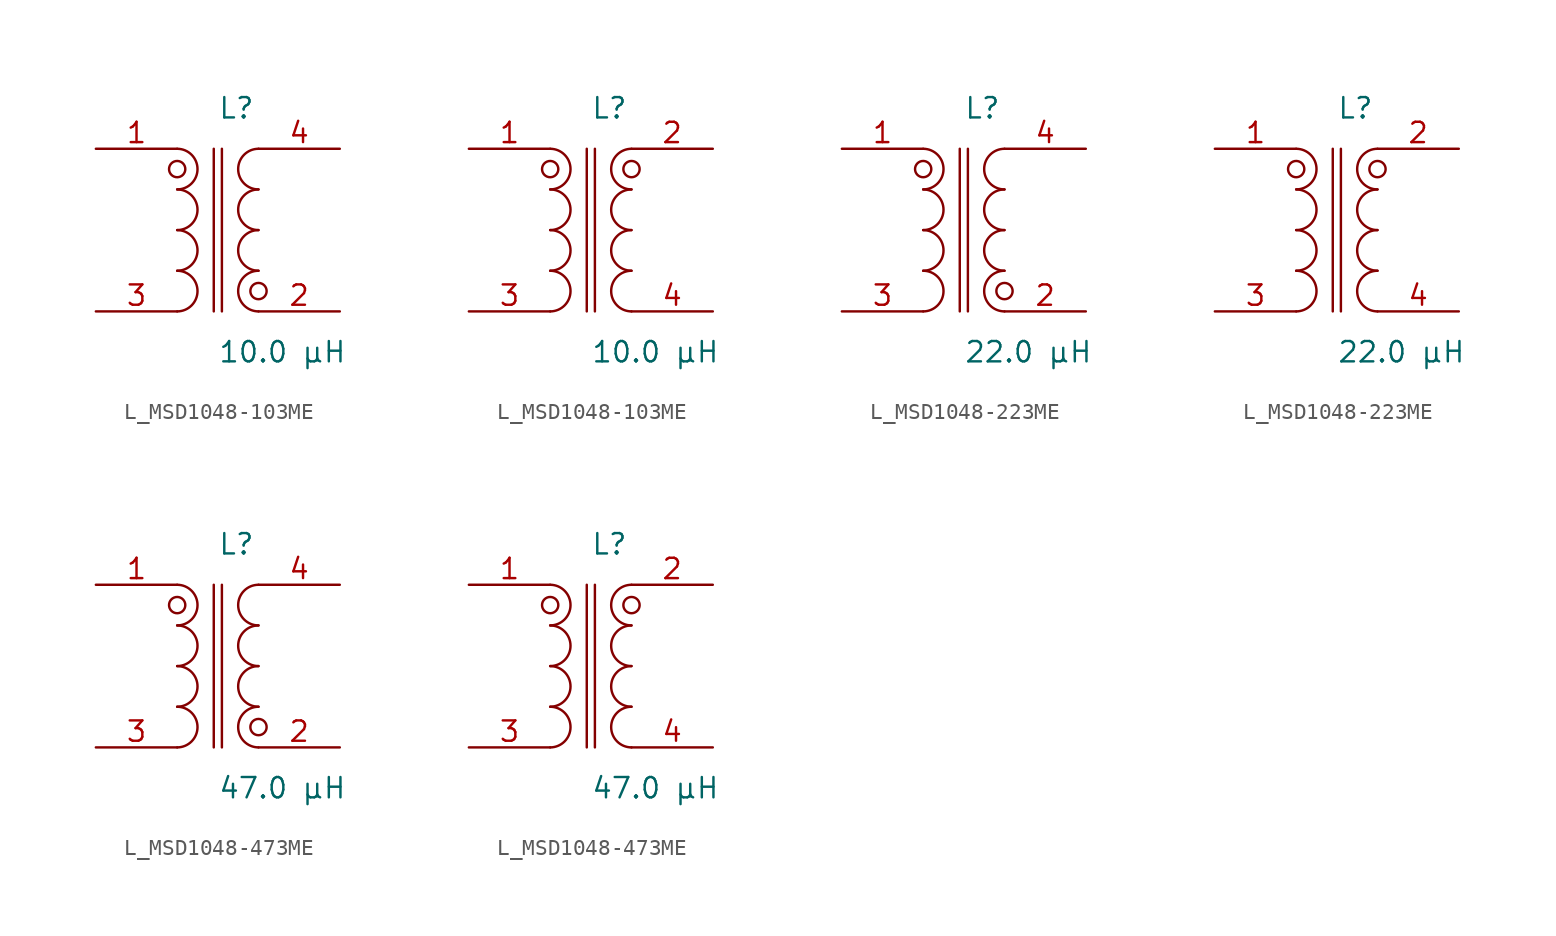
<source format=kicad_sym>
(kicad_symbol_lib
  (version 20231120)
  (generator kicad_symbol_editor)
  (generator_version 8.0)
  (symbol "L_MSD1048-103ME"
    (pin_names
      (offset 0.254))
    (property "Reference" "L"
      (at 0 7.62 0)
      (effects (font (size 1.27 1.27)) (justify left)))
    (property "Value" "10.0 µH"
      (at 0 -7.62 0)
      (effects (font (size 1.27 1.27)) (justify left)))
    (symbol "L_MSD1048-103ME_1_1"
      (arc (start -2.54 -5.08) (mid -1.27 -3.81) (end -2.54 -2.54) (stroke (width 0) (type default)) (fill (type none)))
      (arc (start -2.54 -2.54) (mid -1.27 -1.27) (end -2.54 0.0) (stroke (width 0) (type default)) (fill (type none)))
      (arc (start -2.54 0.0) (mid -1.27 1.27) (end -2.54 2.54) (stroke (width 0) (type default)) (fill (type none)))
      (arc (start -2.54 2.54) (mid -1.27 3.81) (end -2.54 5.08) (stroke (width 0) (type default)) (fill (type none)))
      (arc (start 2.54 -5.08) (mid 1.27 -3.81) (end 2.54 -2.54) (stroke (width 0) (type default)) (fill (type none)))
      (arc (start 2.54 -2.54) (mid 1.27 -1.27) (end 2.54 0.0) (stroke (width 0) (type default)) (fill (type none)))
      (arc (start 2.54 0.0) (mid 1.27 1.27) (end 2.54 2.54) (stroke (width 0) (type default)) (fill (type none)))
      (arc (start 2.54 2.54) (mid 1.27 3.81) (end 2.54 5.08) (stroke (width 0) (type default)) (fill (type none)))
      (circle (center -2.54 3.81) (radius 0.508) (stroke (width 0) (type default)) (fill (type none)))
      (circle (center 2.54 -3.81) (radius 0.508) (stroke (width 0) (type default)) (fill (type none)))
      (polyline (pts (xy -0.254 5.08) (xy -0.254 -5.08)) (stroke (width 0) (type default)) (fill (type none)))
      (polyline (pts (xy 0.254 5.08) (xy 0.254 -5.08)) (stroke (width 0) (type default)) (fill (type none)))
      (pin passive line (at -7.62 5.08 0) (length 5.08) (name "" (effects (font (size 1.27 1.27)))) (number "1" (effects (font (size 1.27 1.27)))))
      (pin passive line (at -7.62 -5.08 0) (length 5.08) (name "" (effects (font (size 1.27 1.27)))) (number "3" (effects (font (size 1.27 1.27)))))
      (pin passive line (at 7.62 5.08 180) (length 5.08) (name "" (effects (font (size 1.27 1.27)))) (number "4" (effects (font (size 1.27 1.27)))))
      (pin passive line (at 7.62 -5.08 180) (length 5.08) (name "" (effects (font (size 1.27 1.27)))) (number "2" (effects (font (size 1.27 1.27))))))
    (symbol "L_MSD1048-103ME_1_2"
      (arc (start -2.54 -5.08) (mid -1.27 -3.81) (end -2.54 -2.54) (stroke (width 0) (type default)) (fill (type none)))
      (arc (start -2.54 -2.54) (mid -1.27 -1.27) (end -2.54 0.0) (stroke (width 0) (type default)) (fill (type none)))
      (arc (start -2.54 0.0) (mid -1.27 1.27) (end -2.54 2.54) (stroke (width 0) (type default)) (fill (type none)))
      (arc (start -2.54 2.54) (mid -1.27 3.81) (end -2.54 5.08) (stroke (width 0) (type default)) (fill (type none)))
      (arc (start 2.54 -5.08) (mid 1.27 -3.81) (end 2.54 -2.54) (stroke (width 0) (type default)) (fill (type none)))
      (arc (start 2.54 -2.54) (mid 1.27 -1.27) (end 2.54 0.0) (stroke (width 0) (type default)) (fill (type none)))
      (arc (start 2.54 0.0) (mid 1.27 1.27) (end 2.54 2.54) (stroke (width 0) (type default)) (fill (type none)))
      (arc (start 2.54 2.54) (mid 1.27 3.81) (end 2.54 5.08) (stroke (width 0) (type default)) (fill (type none)))
      (circle (center -2.54 3.81) (radius 0.508) (stroke (width 0) (type default)) (fill (type none)))
      (circle (center 2.54 3.81) (radius 0.508) (stroke (width 0) (type default)) (fill (type none)))
      (polyline (pts (xy -0.254 5.08) (xy -0.254 -5.08)) (stroke (width 0) (type default)) (fill (type none)))
      (polyline (pts (xy 0.254 5.08) (xy 0.254 -5.08)) (stroke (width 0) (type default)) (fill (type none)))
      (pin passive line (at -7.62 5.08 0) (length 5.08) (name "" (effects (font (size 1.27 1.27)))) (number "1" (effects (font (size 1.27 1.27)))))
      (pin passive line (at -7.62 -5.08 0) (length 5.08) (name "" (effects (font (size 1.27 1.27)))) (number "3" (effects (font (size 1.27 1.27)))))
      (pin passive line (at 7.62 -5.08 180) (length 5.08) (name "" (effects (font (size 1.27 1.27)))) (number "4" (effects (font (size 1.27 1.27)))))
      (pin passive line (at 7.62 5.08 180) (length 5.08) (name "" (effects (font (size 1.27 1.27)))) (number "2" (effects (font (size 1.27 1.27)))))))
  (symbol "L_MSD1048-223ME"
    (pin_names
      (offset 0.254))
    (property "Reference" "L"
      (at 0 7.62 0)
      (effects (font (size 1.27 1.27)) (justify left)))
    (property "Value" "22.0 µH"
      (at 0 -7.62 0)
      (effects (font (size 1.27 1.27)) (justify left)))
    (symbol "L_MSD1048-223ME_1_1"
      (arc (start -2.54 -5.08) (mid -1.27 -3.81) (end -2.54 -2.54) (stroke (width 0) (type default)) (fill (type none)))
      (arc (start -2.54 -2.54) (mid -1.27 -1.27) (end -2.54 0.0) (stroke (width 0) (type default)) (fill (type none)))
      (arc (start -2.54 0.0) (mid -1.27 1.27) (end -2.54 2.54) (stroke (width 0) (type default)) (fill (type none)))
      (arc (start -2.54 2.54) (mid -1.27 3.81) (end -2.54 5.08) (stroke (width 0) (type default)) (fill (type none)))
      (arc (start 2.54 -5.08) (mid 1.27 -3.81) (end 2.54 -2.54) (stroke (width 0) (type default)) (fill (type none)))
      (arc (start 2.54 -2.54) (mid 1.27 -1.27) (end 2.54 0.0) (stroke (width 0) (type default)) (fill (type none)))
      (arc (start 2.54 0.0) (mid 1.27 1.27) (end 2.54 2.54) (stroke (width 0) (type default)) (fill (type none)))
      (arc (start 2.54 2.54) (mid 1.27 3.81) (end 2.54 5.08) (stroke (width 0) (type default)) (fill (type none)))
      (circle (center -2.54 3.81) (radius 0.508) (stroke (width 0) (type default)) (fill (type none)))
      (circle (center 2.54 -3.81) (radius 0.508) (stroke (width 0) (type default)) (fill (type none)))
      (polyline (pts (xy -0.254 5.08) (xy -0.254 -5.08)) (stroke (width 0) (type default)) (fill (type none)))
      (polyline (pts (xy 0.254 5.08) (xy 0.254 -5.08)) (stroke (width 0) (type default)) (fill (type none)))
      (pin passive line (at -7.62 5.08 0) (length 5.08) (name "" (effects (font (size 1.27 1.27)))) (number "1" (effects (font (size 1.27 1.27)))))
      (pin passive line (at -7.62 -5.08 0) (length 5.08) (name "" (effects (font (size 1.27 1.27)))) (number "3" (effects (font (size 1.27 1.27)))))
      (pin passive line (at 7.62 5.08 180) (length 5.08) (name "" (effects (font (size 1.27 1.27)))) (number "4" (effects (font (size 1.27 1.27)))))
      (pin passive line (at 7.62 -5.08 180) (length 5.08) (name "" (effects (font (size 1.27 1.27)))) (number "2" (effects (font (size 1.27 1.27))))))
    (symbol "L_MSD1048-223ME_1_2"
      (arc (start -2.54 -5.08) (mid -1.27 -3.81) (end -2.54 -2.54) (stroke (width 0) (type default)) (fill (type none)))
      (arc (start -2.54 -2.54) (mid -1.27 -1.27) (end -2.54 0.0) (stroke (width 0) (type default)) (fill (type none)))
      (arc (start -2.54 0.0) (mid -1.27 1.27) (end -2.54 2.54) (stroke (width 0) (type default)) (fill (type none)))
      (arc (start -2.54 2.54) (mid -1.27 3.81) (end -2.54 5.08) (stroke (width 0) (type default)) (fill (type none)))
      (arc (start 2.54 -5.08) (mid 1.27 -3.81) (end 2.54 -2.54) (stroke (width 0) (type default)) (fill (type none)))
      (arc (start 2.54 -2.54) (mid 1.27 -1.27) (end 2.54 0.0) (stroke (width 0) (type default)) (fill (type none)))
      (arc (start 2.54 0.0) (mid 1.27 1.27) (end 2.54 2.54) (stroke (width 0) (type default)) (fill (type none)))
      (arc (start 2.54 2.54) (mid 1.27 3.81) (end 2.54 5.08) (stroke (width 0) (type default)) (fill (type none)))
      (circle (center -2.54 3.81) (radius 0.508) (stroke (width 0) (type default)) (fill (type none)))
      (circle (center 2.54 3.81) (radius 0.508) (stroke (width 0) (type default)) (fill (type none)))
      (polyline (pts (xy -0.254 5.08) (xy -0.254 -5.08)) (stroke (width 0) (type default)) (fill (type none)))
      (polyline (pts (xy 0.254 5.08) (xy 0.254 -5.08)) (stroke (width 0) (type default)) (fill (type none)))
      (pin passive line (at -7.62 5.08 0) (length 5.08) (name "" (effects (font (size 1.27 1.27)))) (number "1" (effects (font (size 1.27 1.27)))))
      (pin passive line (at -7.62 -5.08 0) (length 5.08) (name "" (effects (font (size 1.27 1.27)))) (number "3" (effects (font (size 1.27 1.27)))))
      (pin passive line (at 7.62 -5.08 180) (length 5.08) (name "" (effects (font (size 1.27 1.27)))) (number "4" (effects (font (size 1.27 1.27)))))
      (pin passive line (at 7.62 5.08 180) (length 5.08) (name "" (effects (font (size 1.27 1.27)))) (number "2" (effects (font (size 1.27 1.27)))))))
  (symbol "L_MSD1048-473ME"
    (pin_names
      (offset 0.254))
    (property "Reference" "L"
      (at 0 7.62 0)
      (effects (font (size 1.27 1.27)) (justify left)))
    (property "Value" "47.0 µH"
      (at 0 -7.62 0)
      (effects (font (size 1.27 1.27)) (justify left)))
    (symbol "L_MSD1048-473ME_1_1"
      (arc (start -2.54 -5.08) (mid -1.27 -3.81) (end -2.54 -2.54) (stroke (width 0) (type default)) (fill (type none)))
      (arc (start -2.54 -2.54) (mid -1.27 -1.27) (end -2.54 0.0) (stroke (width 0) (type default)) (fill (type none)))
      (arc (start -2.54 0.0) (mid -1.27 1.27) (end -2.54 2.54) (stroke (width 0) (type default)) (fill (type none)))
      (arc (start -2.54 2.54) (mid -1.27 3.81) (end -2.54 5.08) (stroke (width 0) (type default)) (fill (type none)))
      (arc (start 2.54 -5.08) (mid 1.27 -3.81) (end 2.54 -2.54) (stroke (width 0) (type default)) (fill (type none)))
      (arc (start 2.54 -2.54) (mid 1.27 -1.27) (end 2.54 0.0) (stroke (width 0) (type default)) (fill (type none)))
      (arc (start 2.54 0.0) (mid 1.27 1.27) (end 2.54 2.54) (stroke (width 0) (type default)) (fill (type none)))
      (arc (start 2.54 2.54) (mid 1.27 3.81) (end 2.54 5.08) (stroke (width 0) (type default)) (fill (type none)))
      (circle (center -2.54 3.81) (radius 0.508) (stroke (width 0) (type default)) (fill (type none)))
      (circle (center 2.54 -3.81) (radius 0.508) (stroke (width 0) (type default)) (fill (type none)))
      (polyline (pts (xy -0.254 5.08) (xy -0.254 -5.08)) (stroke (width 0) (type default)) (fill (type none)))
      (polyline (pts (xy 0.254 5.08) (xy 0.254 -5.08)) (stroke (width 0) (type default)) (fill (type none)))
      (pin passive line (at -7.62 5.08 0) (length 5.08) (name "" (effects (font (size 1.27 1.27)))) (number "1" (effects (font (size 1.27 1.27)))))
      (pin passive line (at -7.62 -5.08 0) (length 5.08) (name "" (effects (font (size 1.27 1.27)))) (number "3" (effects (font (size 1.27 1.27)))))
      (pin passive line (at 7.62 5.08 180) (length 5.08) (name "" (effects (font (size 1.27 1.27)))) (number "4" (effects (font (size 1.27 1.27)))))
      (pin passive line (at 7.62 -5.08 180) (length 5.08) (name "" (effects (font (size 1.27 1.27)))) (number "2" (effects (font (size 1.27 1.27))))))
    (symbol "L_MSD1048-473ME_1_2"
      (arc (start -2.54 -5.08) (mid -1.27 -3.81) (end -2.54 -2.54) (stroke (width 0) (type default)) (fill (type none)))
      (arc (start -2.54 -2.54) (mid -1.27 -1.27) (end -2.54 0.0) (stroke (width 0) (type default)) (fill (type none)))
      (arc (start -2.54 0.0) (mid -1.27 1.27) (end -2.54 2.54) (stroke (width 0) (type default)) (fill (type none)))
      (arc (start -2.54 2.54) (mid -1.27 3.81) (end -2.54 5.08) (stroke (width 0) (type default)) (fill (type none)))
      (arc (start 2.54 -5.08) (mid 1.27 -3.81) (end 2.54 -2.54) (stroke (width 0) (type default)) (fill (type none)))
      (arc (start 2.54 -2.54) (mid 1.27 -1.27) (end 2.54 0.0) (stroke (width 0) (type default)) (fill (type none)))
      (arc (start 2.54 0.0) (mid 1.27 1.27) (end 2.54 2.54) (stroke (width 0) (type default)) (fill (type none)))
      (arc (start 2.54 2.54) (mid 1.27 3.81) (end 2.54 5.08) (stroke (width 0) (type default)) (fill (type none)))
      (circle (center -2.54 3.81) (radius 0.508) (stroke (width 0) (type default)) (fill (type none)))
      (circle (center 2.54 3.81) (radius 0.508) (stroke (width 0) (type default)) (fill (type none)))
      (polyline (pts (xy -0.254 5.08) (xy -0.254 -5.08)) (stroke (width 0) (type default)) (fill (type none)))
      (polyline (pts (xy 0.254 5.08) (xy 0.254 -5.08)) (stroke (width 0) (type default)) (fill (type none)))
      (pin passive line (at -7.62 5.08 0) (length 5.08) (name "" (effects (font (size 1.27 1.27)))) (number "1" (effects (font (size 1.27 1.27)))))
      (pin passive line (at -7.62 -5.08 0) (length 5.08) (name "" (effects (font (size 1.27 1.27)))) (number "3" (effects (font (size 1.27 1.27)))))
      (pin passive line (at 7.62 -5.08 180) (length 5.08) (name "" (effects (font (size 1.27 1.27)))) (number "4" (effects (font (size 1.27 1.27)))))
      (pin passive line (at 7.62 5.08 180) (length 5.08) (name "" (effects (font (size 1.27 1.27)))) (number "2" (effects (font (size 1.27 1.27))))))))
</source>
